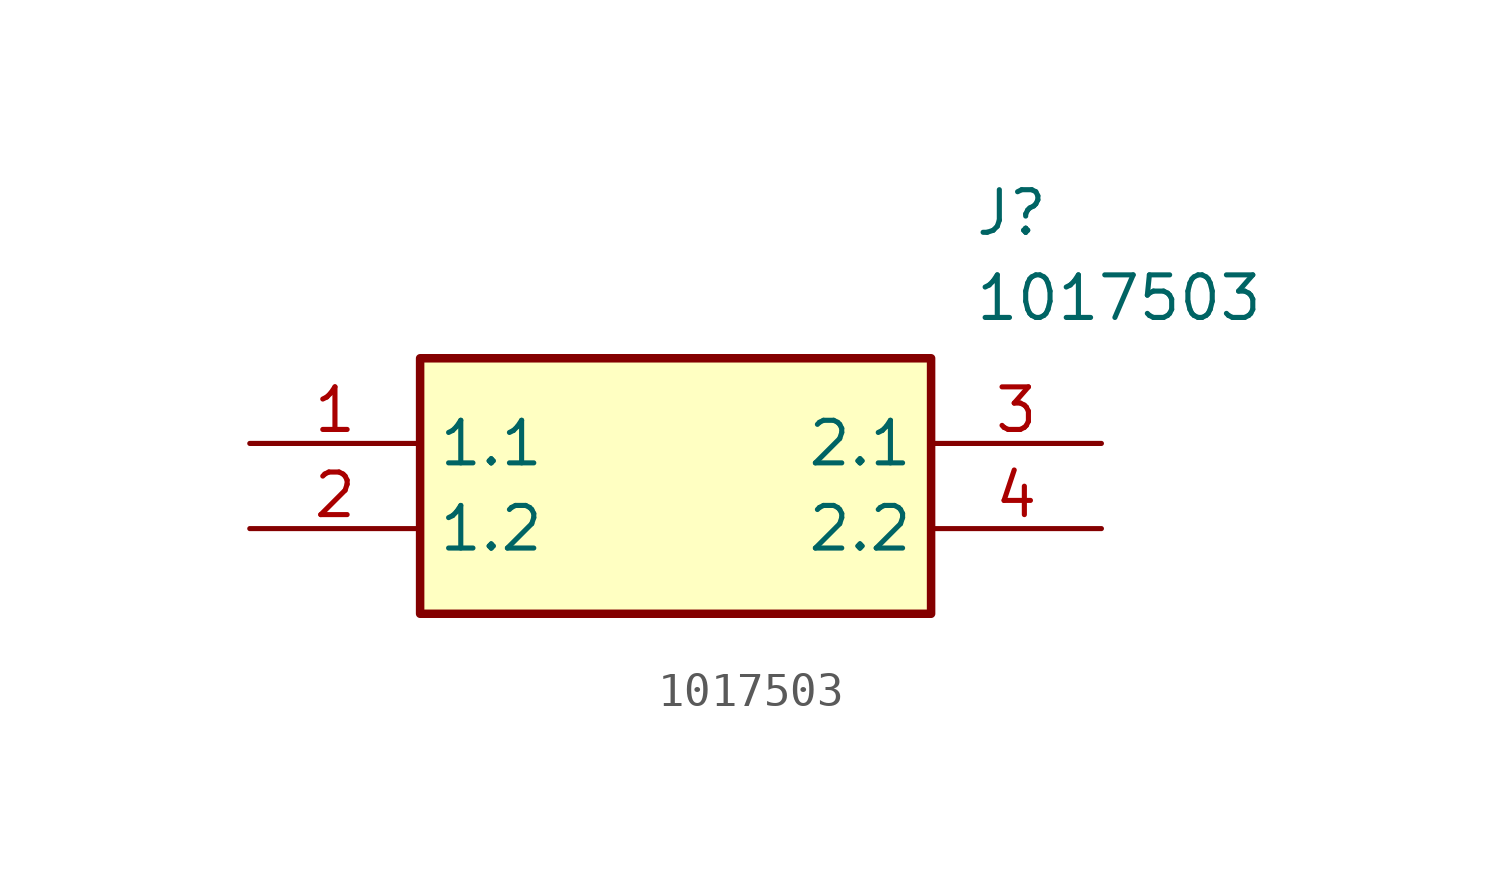
<source format=kicad_sym>
(kicad_symbol_lib
  (version 20211014)
  (generator SamacSys_ECAD_Model)
  (symbol "1017503"
    (property "Reference" "J"
      (at 21.59 7.62 0)
      (effects (font (size 1.27 1.27)) (justify left top)))
    (property "Value" "1017503"
      (at 21.59 5.08 0)
      (effects (font (size 1.27 1.27)) (justify left top)))
    (rectangle
      (start 5.08 2.54)
      (end 20.32 -5.08)
      (stroke (width 0.254) (type default))
      (fill (type background)))
    (pin passive line
      (at 0 0 0)
      (length 5.08)
      (name "1.1" (effects (font (size 1.27 1.27))))
      (number "1" (effects (font (size 1.27 1.27)))))
    (pin passive line
      (at 0 -2.54 0)
      (length 5.08)
      (name "1.2" (effects (font (size 1.27 1.27))))
      (number "2" (effects (font (size 1.27 1.27)))))
    (pin passive line
      (at 25.4 0 180)
      (length 5.08)
      (name "2.1" (effects (font (size 1.27 1.27))))
      (number "3" (effects (font (size 1.27 1.27)))))
    (pin passive line
      (at 25.4 -2.54 180)
      (length 5.08)
      (name "2.2" (effects (font (size 1.27 1.27))))
      (number "4" (effects (font (size 1.27 1.27)))))))
</source>
